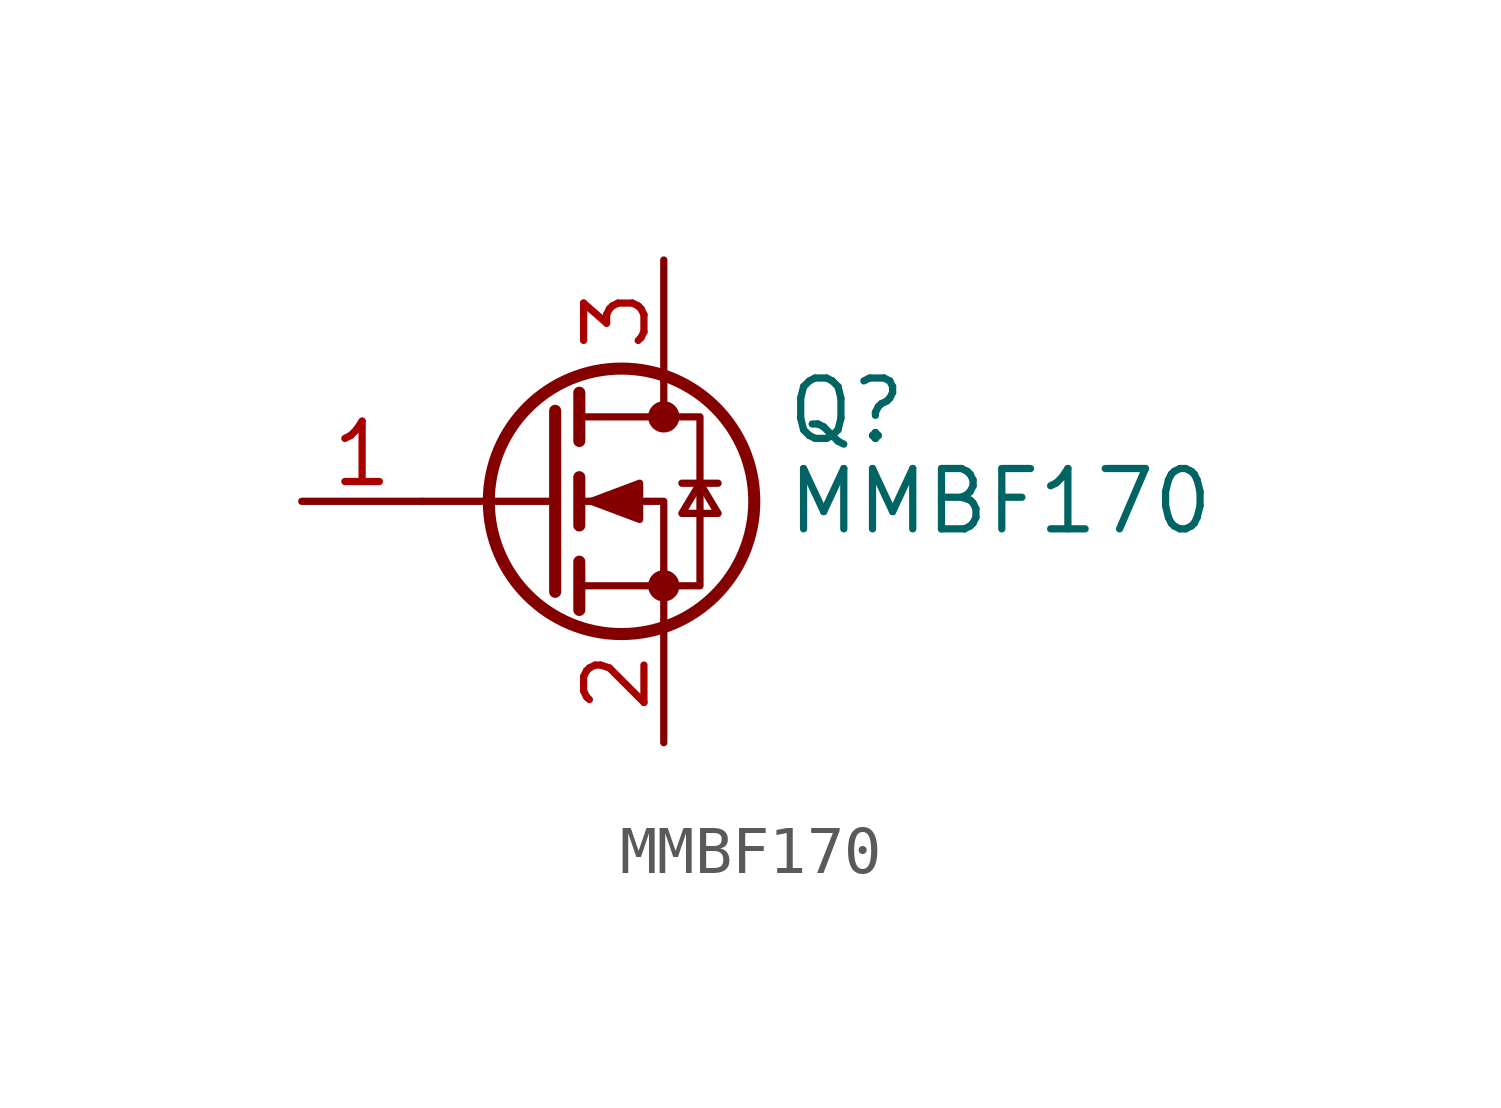
<source format=kicad_sym>
(kicad_symbol_lib
  (version 20241209)
  (generator "kicad_symbol_editor")
  (generator_version "9.0")
  (symbol "MMBF170"
    (pin_names
      (offset 0)
      (hide yes))
    (property "Reference" "Q"
      (at 5.08 1.905 0)
      (effects (font (size 1.27 1.27)) (justify left)))
    (property "Value" "MMBF170"
      (at 5.08 0 0)
      (effects (font (size 1.27 1.27)) (justify left)))
    (symbol "MMBF170_0_1"
      (polyline (pts (xy 0.254 1.905) (xy 0.254 -1.905)) (stroke (width 0.254) (type default)) (fill (type none)))
      (polyline (pts (xy 0.254 0) (xy -2.54 0)) (stroke (width 0) (type default)) (fill (type none)))
      (polyline (pts (xy 0.762 2.286) (xy 0.762 1.27)) (stroke (width 0.254) (type default)) (fill (type none)))
      (polyline (pts (xy 0.762 0.508) (xy 0.762 -0.508)) (stroke (width 0.254) (type default)) (fill (type none)))
      (polyline (pts (xy 0.762 -1.27) (xy 0.762 -2.286)) (stroke (width 0.254) (type default)) (fill (type none)))
      (polyline (pts (xy 0.762 -1.778) (xy 3.302 -1.778) (xy 3.302 1.778) (xy 0.762 1.778)) (stroke (width 0) (type default)) (fill (type none)))
      (polyline (pts (xy 1.016 0) (xy 2.032 0.381) (xy 2.032 -0.381) (xy 1.016 0)) (stroke (width 0) (type default)) (fill (type outline)))
      (circle (center 1.651 0) (radius 2.794) (stroke (width 0.254) (type default)) (fill (type none)))
      (polyline (pts (xy 2.54 2.54) (xy 2.54 1.778)) (stroke (width 0) (type default)) (fill (type none)))
      (circle (center 2.54 1.778) (radius 0.254) (stroke (width 0) (type default)) (fill (type outline)))
      (circle (center 2.54 -1.778) (radius 0.254) (stroke (width 0) (type default)) (fill (type outline)))
      (polyline (pts (xy 2.54 -2.54) (xy 2.54 0) (xy 0.762 0)) (stroke (width 0) (type default)) (fill (type none)))
      (polyline (pts (xy 2.921 0.381) (xy 3.683 0.381)) (stroke (width 0) (type default)) (fill (type none)))
      (polyline (pts (xy 3.302 0.381) (xy 2.921 -0.254) (xy 3.683 -0.254) (xy 3.302 0.381)) (stroke (width 0) (type default)) (fill (type none))))
    (symbol "MMBF170_1_1"
      (pin input line (at -5.08 0 0) (length 2.54) (name "G" (effects (font (size 1.27 1.27)))) (number "1" (effects (font (size 1.27 1.27)))))
      (pin passive line (at 2.54 5.08 270) (length 2.54) (name "D" (effects (font (size 1.27 1.27)))) (number "3" (effects (font (size 1.27 1.27)))))
      (pin passive line (at 2.54 -5.08 90) (length 2.54) (name "S" (effects (font (size 1.27 1.27)))) (number "2" (effects (font (size 1.27 1.27))))))))
</source>
